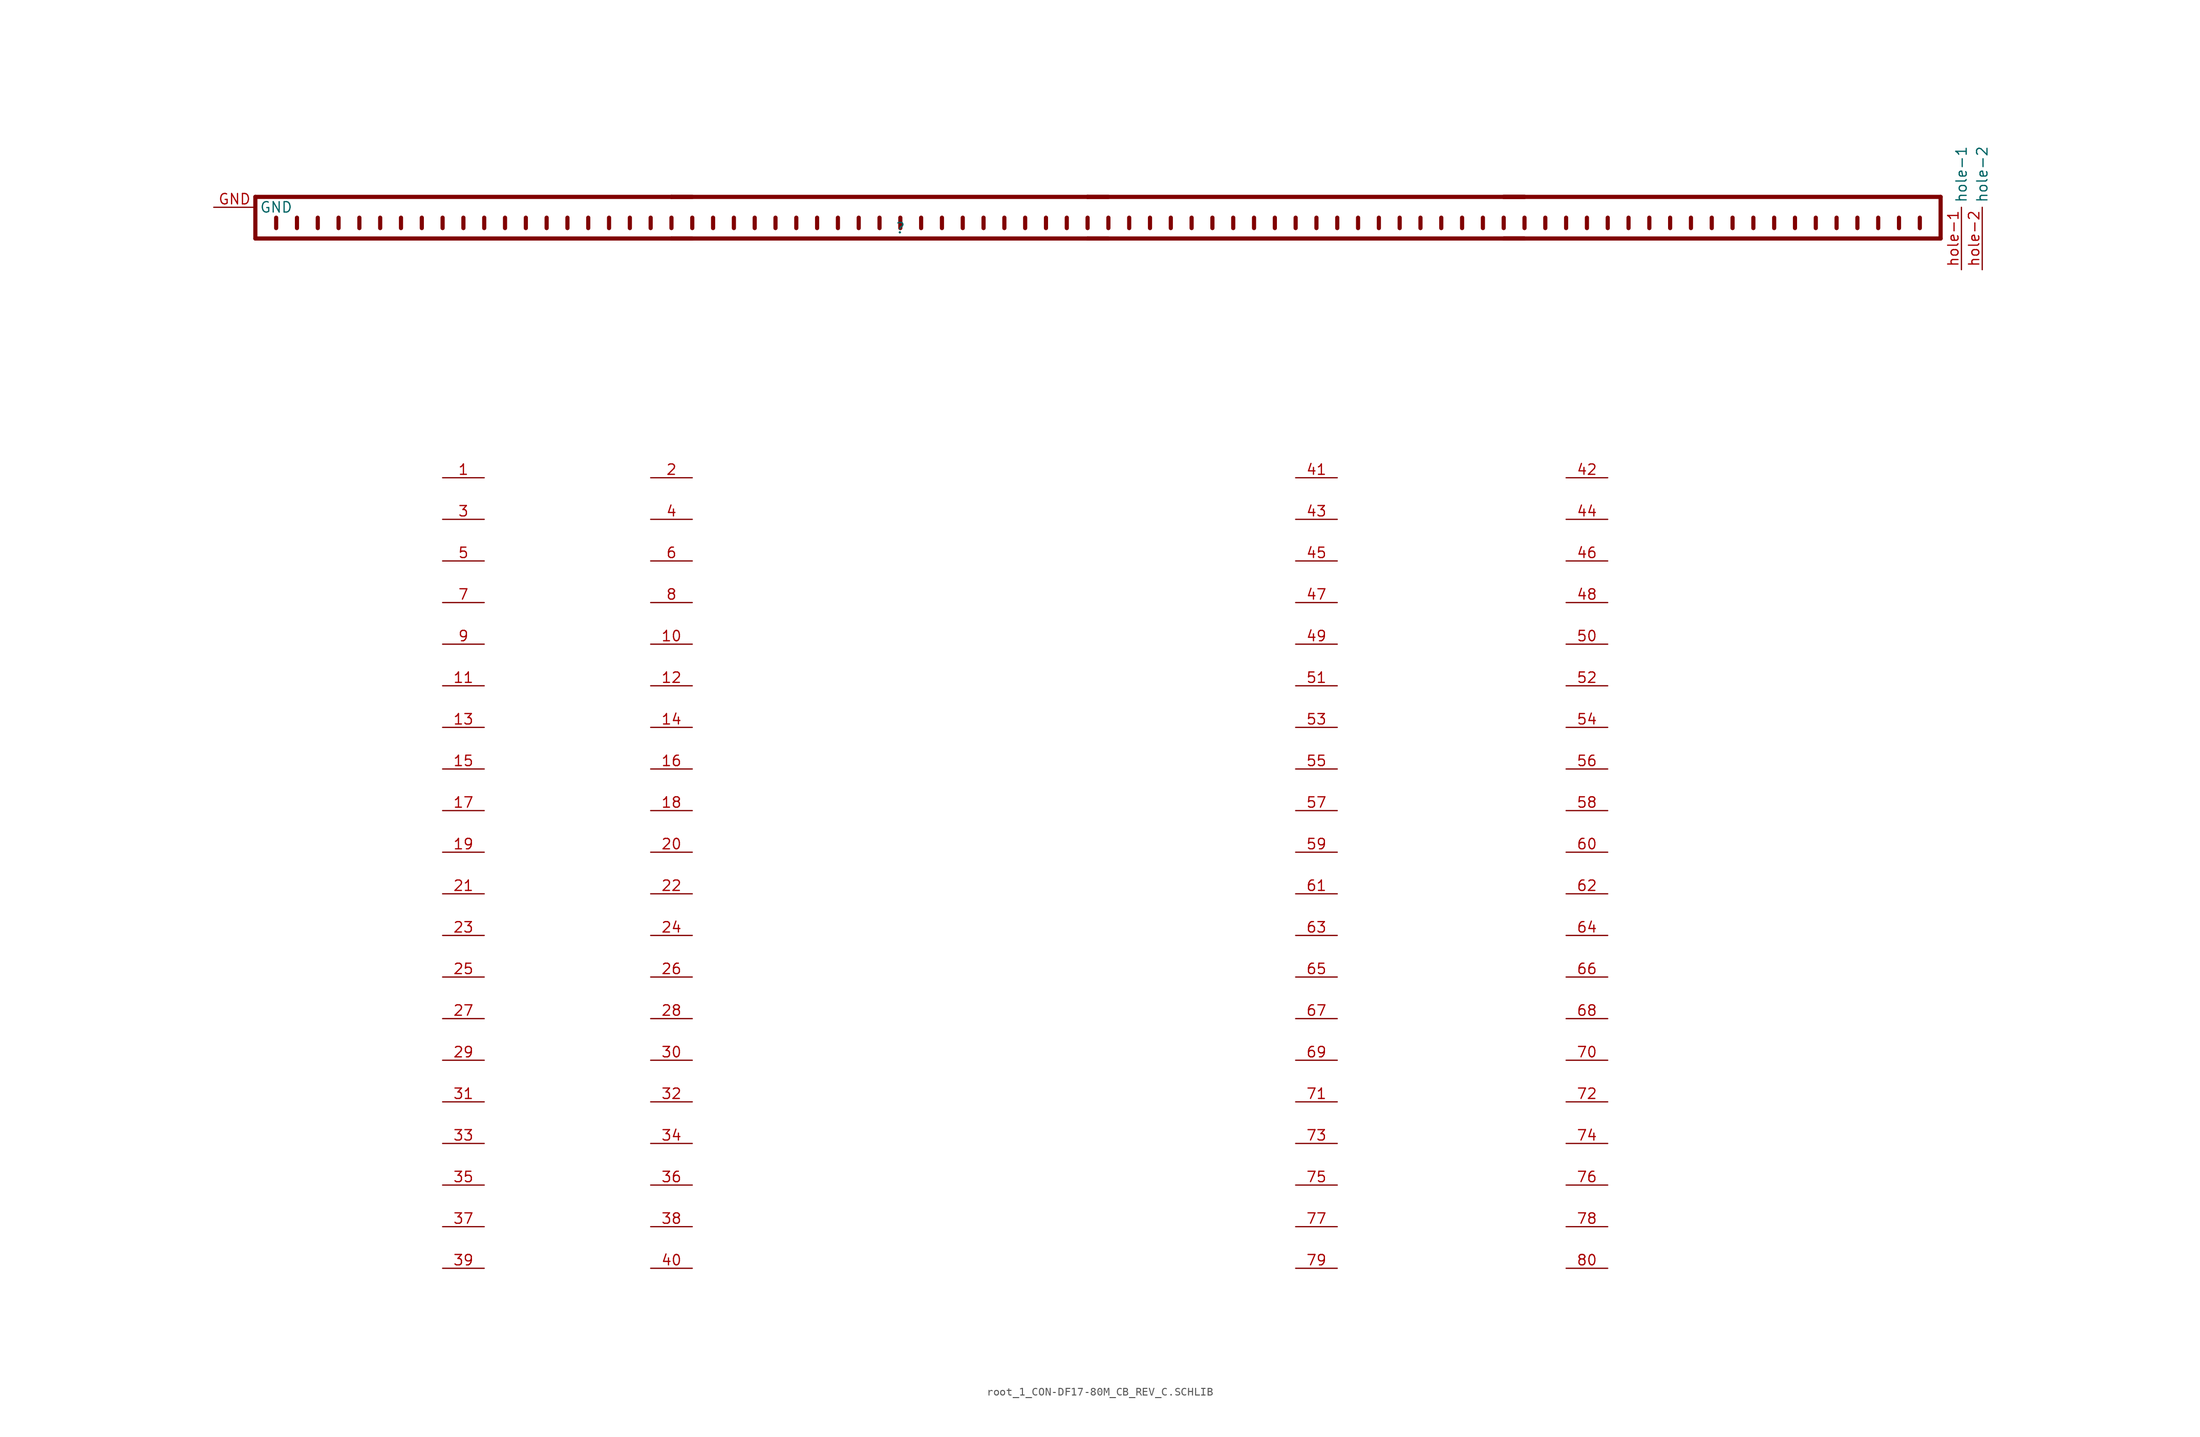
<source format=kicad_sym>
(kicad_symbol_lib
  (version 20241209)
  (generator "kicad_symbol_editor")
  (generator_version "9.0")
  (symbol "root_1_CON-DF17-80M_CB_REV_C.SCHLIB"
    (property "Reference" ""
      (at 0 0 0)
      (effects (font (size 1.27 1.27))))
    (property "Value" ""
      (at 0 0 0)
      (effects (font (size 1.27 1.27))))
    (symbol "root_1_CON-DF17-80M_CB_REV_C.SCHLIB_1_0"
      (polyline (pts (xy -78.74 3.81) (xy -78.74 -1.27)) (stroke (width 0.508) (type solid) (color 128 0 0 1)) (fill (type none)))
      (polyline (pts (xy -78.74 3.81) (xy -27.94 3.81)) (stroke (width 0.508) (type solid) (color 128 0 0 1)) (fill (type none)))
      (polyline (pts (xy -76.2 0) (xy -76.2 1.27)) (stroke (width 0.508) (type solid) (color 128 0 0 1)) (fill (type none)))
      (polyline (pts (xy -73.66 0) (xy -73.66 1.27)) (stroke (width 0.508) (type solid) (color 128 0 0 1)) (fill (type none)))
      (polyline (pts (xy -71.12 0) (xy -71.12 1.27)) (stroke (width 0.508) (type solid) (color 128 0 0 1)) (fill (type none)))
      (polyline (pts (xy -68.58 0) (xy -68.58 1.27)) (stroke (width 0.508) (type solid) (color 128 0 0 1)) (fill (type none)))
      (polyline (pts (xy -66.04 0) (xy -66.04 1.27)) (stroke (width 0.508) (type solid) (color 128 0 0 1)) (fill (type none)))
      (polyline (pts (xy -63.5 0) (xy -63.5 1.27)) (stroke (width 0.508) (type solid) (color 128 0 0 1)) (fill (type none)))
      (polyline (pts (xy -60.96 0) (xy -60.96 1.27)) (stroke (width 0.508) (type solid) (color 128 0 0 1)) (fill (type none)))
      (polyline (pts (xy -58.42 0) (xy -58.42 1.27)) (stroke (width 0.508) (type solid) (color 128 0 0 1)) (fill (type none)))
      (polyline (pts (xy -55.88 0) (xy -55.88 1.27)) (stroke (width 0.508) (type solid) (color 128 0 0 1)) (fill (type none)))
      (polyline (pts (xy -53.34 0) (xy -53.34 1.27)) (stroke (width 0.508) (type solid) (color 128 0 0 1)) (fill (type none)))
      (polyline (pts (xy -50.8 0) (xy -50.8 1.27)) (stroke (width 0.508) (type solid) (color 128 0 0 1)) (fill (type none)))
      (polyline (pts (xy -48.26 0) (xy -48.26 1.27)) (stroke (width 0.508) (type solid) (color 128 0 0 1)) (fill (type none)))
      (polyline (pts (xy -45.72 0) (xy -45.72 1.27)) (stroke (width 0.508) (type solid) (color 128 0 0 1)) (fill (type none)))
      (polyline (pts (xy -43.18 0) (xy -43.18 1.27)) (stroke (width 0.508) (type solid) (color 128 0 0 1)) (fill (type none)))
      (polyline (pts (xy -40.64 0) (xy -40.64 1.27)) (stroke (width 0.508) (type solid) (color 128 0 0 1)) (fill (type none)))
      (polyline (pts (xy -38.1 0) (xy -38.1 1.27)) (stroke (width 0.508) (type solid) (color 128 0 0 1)) (fill (type none)))
      (polyline (pts (xy -35.56 0) (xy -35.56 1.27)) (stroke (width 0.508) (type solid) (color 128 0 0 1)) (fill (type none)))
      (polyline (pts (xy -33.02 0) (xy -33.02 1.27)) (stroke (width 0.508) (type solid) (color 128 0 0 1)) (fill (type none)))
      (polyline (pts (xy -30.48 0) (xy -30.48 1.27)) (stroke (width 0.508) (type solid) (color 128 0 0 1)) (fill (type none)))
      (polyline (pts (xy -27.94 3.81) (xy -25.4 3.81)) (stroke (width 0.508) (type solid) (color 128 0 0 1)) (fill (type none)))
      (polyline (pts (xy -27.94 3.81) (xy 22.86 3.81)) (stroke (width 0.508) (type solid) (color 128 0 0 1)) (fill (type none)))
      (polyline (pts (xy -27.94 0) (xy -27.94 1.27)) (stroke (width 0.508) (type solid) (color 128 0 0 1)) (fill (type none)))
      (polyline (pts (xy -27.94 -1.27) (xy -78.74 -1.27)) (stroke (width 0.508) (type solid) (color 128 0 0 1)) (fill (type none)))
      (polyline (pts (xy -25.4 0) (xy -25.4 1.27)) (stroke (width 0.508) (type solid) (color 128 0 0 1)) (fill (type none)))
      (polyline (pts (xy -25.4 -1.27) (xy -27.94 -1.27)) (stroke (width 0.508) (type solid) (color 128 0 0 1)) (fill (type none)))
      (polyline (pts (xy -22.86 0) (xy -22.86 1.27)) (stroke (width 0.508) (type solid) (color 128 0 0 1)) (fill (type none)))
      (polyline (pts (xy -20.32 0) (xy -20.32 1.27)) (stroke (width 0.508) (type solid) (color 128 0 0 1)) (fill (type none)))
      (polyline (pts (xy -17.78 0) (xy -17.78 1.27)) (stroke (width 0.508) (type solid) (color 128 0 0 1)) (fill (type none)))
      (polyline (pts (xy -15.24 0) (xy -15.24 1.27)) (stroke (width 0.508) (type solid) (color 128 0 0 1)) (fill (type none)))
      (polyline (pts (xy -12.7 0) (xy -12.7 1.27)) (stroke (width 0.508) (type solid) (color 128 0 0 1)) (fill (type none)))
      (polyline (pts (xy -10.16 0) (xy -10.16 1.27)) (stroke (width 0.508) (type solid) (color 128 0 0 1)) (fill (type none)))
      (polyline (pts (xy -7.62 0) (xy -7.62 1.27)) (stroke (width 0.508) (type solid) (color 128 0 0 1)) (fill (type none)))
      (polyline (pts (xy -5.08 0) (xy -5.08 1.27)) (stroke (width 0.508) (type solid) (color 128 0 0 1)) (fill (type none)))
      (polyline (pts (xy -2.54 0) (xy -2.54 1.27)) (stroke (width 0.508) (type solid) (color 128 0 0 1)) (fill (type none)))
      (polyline (pts (xy 0 0) (xy 0 1.27)) (stroke (width 0.508) (type solid) (color 128 0 0 1)) (fill (type none)))
      (polyline (pts (xy 2.54 0) (xy 2.54 1.27)) (stroke (width 0.508) (type solid) (color 128 0 0 1)) (fill (type none)))
      (polyline (pts (xy 5.08 0) (xy 5.08 1.27)) (stroke (width 0.508) (type solid) (color 128 0 0 1)) (fill (type none)))
      (polyline (pts (xy 7.62 0) (xy 7.62 1.27)) (stroke (width 0.508) (type solid) (color 128 0 0 1)) (fill (type none)))
      (polyline (pts (xy 10.16 0) (xy 10.16 1.27)) (stroke (width 0.508) (type solid) (color 128 0 0 1)) (fill (type none)))
      (polyline (pts (xy 12.7 0) (xy 12.7 1.27)) (stroke (width 0.508) (type solid) (color 128 0 0 1)) (fill (type none)))
      (polyline (pts (xy 15.24 0) (xy 15.24 1.27)) (stroke (width 0.508) (type solid) (color 128 0 0 1)) (fill (type none)))
      (polyline (pts (xy 17.78 0) (xy 17.78 1.27)) (stroke (width 0.508) (type solid) (color 128 0 0 1)) (fill (type none)))
      (polyline (pts (xy 20.32 0) (xy 20.32 1.27)) (stroke (width 0.508) (type solid) (color 128 0 0 1)) (fill (type none)))
      (polyline (pts (xy 22.86 3.81) (xy 25.4 3.81)) (stroke (width 0.508) (type solid) (color 128 0 0 1)) (fill (type none)))
      (polyline (pts (xy 22.86 3.81) (xy 76.2 3.81)) (stroke (width 0.508) (type solid) (color 128 0 0 1)) (fill (type none)))
      (polyline (pts (xy 22.86 0) (xy 22.86 1.27)) (stroke (width 0.508) (type solid) (color 128 0 0 1)) (fill (type none)))
      (polyline (pts (xy 22.86 -1.27) (xy -27.94 -1.27)) (stroke (width 0.508) (type solid) (color 128 0 0 1)) (fill (type none)))
      (polyline (pts (xy 25.4 0) (xy 25.4 1.27)) (stroke (width 0.508) (type solid) (color 128 0 0 1)) (fill (type none)))
      (polyline (pts (xy 25.4 -1.27) (xy 22.86 -1.27)) (stroke (width 0.508) (type solid) (color 128 0 0 1)) (fill (type none)))
      (polyline (pts (xy 27.94 0) (xy 27.94 1.27)) (stroke (width 0.508) (type solid) (color 128 0 0 1)) (fill (type none)))
      (polyline (pts (xy 30.48 0) (xy 30.48 1.27)) (stroke (width 0.508) (type solid) (color 128 0 0 1)) (fill (type none)))
      (polyline (pts (xy 33.02 0) (xy 33.02 1.27)) (stroke (width 0.508) (type solid) (color 128 0 0 1)) (fill (type none)))
      (polyline (pts (xy 35.56 0) (xy 35.56 1.27)) (stroke (width 0.508) (type solid) (color 128 0 0 1)) (fill (type none)))
      (polyline (pts (xy 38.1 0) (xy 38.1 1.27)) (stroke (width 0.508) (type solid) (color 128 0 0 1)) (fill (type none)))
      (polyline (pts (xy 40.64 0) (xy 40.64 1.27)) (stroke (width 0.508) (type solid) (color 128 0 0 1)) (fill (type none)))
      (polyline (pts (xy 43.18 0) (xy 43.18 1.27)) (stroke (width 0.508) (type solid) (color 128 0 0 1)) (fill (type none)))
      (polyline (pts (xy 45.72 0) (xy 45.72 1.27)) (stroke (width 0.508) (type solid) (color 128 0 0 1)) (fill (type none)))
      (polyline (pts (xy 48.26 0) (xy 48.26 1.27)) (stroke (width 0.508) (type solid) (color 128 0 0 1)) (fill (type none)))
      (polyline (pts (xy 50.8 0) (xy 50.8 1.27)) (stroke (width 0.508) (type solid) (color 128 0 0 1)) (fill (type none)))
      (polyline (pts (xy 53.34 0) (xy 53.34 1.27)) (stroke (width 0.508) (type solid) (color 128 0 0 1)) (fill (type none)))
      (polyline (pts (xy 55.88 0) (xy 55.88 1.27)) (stroke (width 0.508) (type solid) (color 128 0 0 1)) (fill (type none)))
      (polyline (pts (xy 58.42 0) (xy 58.42 1.27)) (stroke (width 0.508) (type solid) (color 128 0 0 1)) (fill (type none)))
      (polyline (pts (xy 60.96 0) (xy 60.96 1.27)) (stroke (width 0.508) (type solid) (color 128 0 0 1)) (fill (type none)))
      (polyline (pts (xy 63.5 0) (xy 63.5 1.27)) (stroke (width 0.508) (type solid) (color 128 0 0 1)) (fill (type none)))
      (polyline (pts (xy 66.04 0) (xy 66.04 1.27)) (stroke (width 0.508) (type solid) (color 128 0 0 1)) (fill (type none)))
      (polyline (pts (xy 68.58 0) (xy 68.58 1.27)) (stroke (width 0.508) (type solid) (color 128 0 0 1)) (fill (type none)))
      (polyline (pts (xy 71.12 0) (xy 71.12 1.27)) (stroke (width 0.508) (type solid) (color 128 0 0 1)) (fill (type none)))
      (polyline (pts (xy 73.66 3.81) (xy 76.2 3.81)) (stroke (width 0.508) (type solid) (color 128 0 0 1)) (fill (type none)))
      (polyline (pts (xy 73.66 3.81) (xy 127 3.81)) (stroke (width 0.508) (type solid) (color 128 0 0 1)) (fill (type none)))
      (polyline (pts (xy 73.66 0) (xy 73.66 1.27)) (stroke (width 0.508) (type solid) (color 128 0 0 1)) (fill (type none)))
      (polyline (pts (xy 76.2 0) (xy 76.2 1.27)) (stroke (width 0.508) (type solid) (color 128 0 0 1)) (fill (type none)))
      (polyline (pts (xy 76.2 -1.27) (xy 22.86 -1.27)) (stroke (width 0.508) (type solid) (color 128 0 0 1)) (fill (type none)))
      (polyline (pts (xy 76.2 -1.27) (xy 73.66 -1.27)) (stroke (width 0.508) (type solid) (color 128 0 0 1)) (fill (type none)))
      (polyline (pts (xy 78.74 0) (xy 78.74 1.27)) (stroke (width 0.508) (type solid) (color 128 0 0 1)) (fill (type none)))
      (polyline (pts (xy 81.28 0) (xy 81.28 1.27)) (stroke (width 0.508) (type solid) (color 128 0 0 1)) (fill (type none)))
      (polyline (pts (xy 83.82 0) (xy 83.82 1.27)) (stroke (width 0.508) (type solid) (color 128 0 0 1)) (fill (type none)))
      (polyline (pts (xy 86.36 0) (xy 86.36 1.27)) (stroke (width 0.508) (type solid) (color 128 0 0 1)) (fill (type none)))
      (polyline (pts (xy 88.9 0) (xy 88.9 1.27)) (stroke (width 0.508) (type solid) (color 128 0 0 1)) (fill (type none)))
      (polyline (pts (xy 91.44 0) (xy 91.44 1.27)) (stroke (width 0.508) (type solid) (color 128 0 0 1)) (fill (type none)))
      (polyline (pts (xy 93.98 0) (xy 93.98 1.27)) (stroke (width 0.508) (type solid) (color 128 0 0 1)) (fill (type none)))
      (polyline (pts (xy 96.52 0) (xy 96.52 1.27)) (stroke (width 0.508) (type solid) (color 128 0 0 1)) (fill (type none)))
      (polyline (pts (xy 99.06 0) (xy 99.06 1.27)) (stroke (width 0.508) (type solid) (color 128 0 0 1)) (fill (type none)))
      (polyline (pts (xy 101.6 0) (xy 101.6 1.27)) (stroke (width 0.508) (type solid) (color 128 0 0 1)) (fill (type none)))
      (polyline (pts (xy 104.14 0) (xy 104.14 1.27)) (stroke (width 0.508) (type solid) (color 128 0 0 1)) (fill (type none)))
      (polyline (pts (xy 106.68 0) (xy 106.68 1.27)) (stroke (width 0.508) (type solid) (color 128 0 0 1)) (fill (type none)))
      (polyline (pts (xy 109.22 0) (xy 109.22 1.27)) (stroke (width 0.508) (type solid) (color 128 0 0 1)) (fill (type none)))
      (polyline (pts (xy 111.76 0) (xy 111.76 1.27)) (stroke (width 0.508) (type solid) (color 128 0 0 1)) (fill (type none)))
      (polyline (pts (xy 114.3 0) (xy 114.3 1.27)) (stroke (width 0.508) (type solid) (color 128 0 0 1)) (fill (type none)))
      (polyline (pts (xy 116.84 0) (xy 116.84 1.27)) (stroke (width 0.508) (type solid) (color 128 0 0 1)) (fill (type none)))
      (polyline (pts (xy 119.38 0) (xy 119.38 1.27)) (stroke (width 0.508) (type solid) (color 128 0 0 1)) (fill (type none)))
      (polyline (pts (xy 121.92 0) (xy 121.92 1.27)) (stroke (width 0.508) (type solid) (color 128 0 0 1)) (fill (type none)))
      (polyline (pts (xy 124.46 0) (xy 124.46 1.27)) (stroke (width 0.508) (type solid) (color 128 0 0 1)) (fill (type none)))
      (polyline (pts (xy 127 -1.27) (xy 73.66 -1.27)) (stroke (width 0.508) (type solid) (color 128 0 0 1)) (fill (type none)))
      (polyline (pts (xy 127 -1.27) (xy 127 3.81)) (stroke (width 0.508) (type solid) (color 128 0 0 1)) (fill (type none)))
      (pin passive line (at -83.82 2.54 0) (length 5.08) (name "GND" (effects (font (size 1.27 1.27)))) (number "GND" (effects (font (size 1.27 1.27)))))
      (pin passive line (at -55.88 -30.48 0) (length 5.08) (name "1" (effects (font (size 0 0)))) (number "1" (effects (font (size 1.27 1.27)))))
      (pin passive line (at -55.88 -35.56 0) (length 5.08) (name "3" (effects (font (size 0 0)))) (number "3" (effects (font (size 1.27 1.27)))))
      (pin passive line (at -55.88 -40.64 0) (length 5.08) (name "5" (effects (font (size 0 0)))) (number "5" (effects (font (size 1.27 1.27)))))
      (pin passive line (at -55.88 -45.72 0) (length 5.08) (name "7" (effects (font (size 0 0)))) (number "7" (effects (font (size 1.27 1.27)))))
      (pin passive line (at -55.88 -50.8 0) (length 5.08) (name "9" (effects (font (size 0 0)))) (number "9" (effects (font (size 1.27 1.27)))))
      (pin passive line (at -55.88 -55.88 0) (length 5.08) (name "11" (effects (font (size 0 0)))) (number "11" (effects (font (size 1.27 1.27)))))
      (pin passive line (at -55.88 -60.96 0) (length 5.08) (name "13" (effects (font (size 0 0)))) (number "13" (effects (font (size 1.27 1.27)))))
      (pin passive line (at -55.88 -66.04 0) (length 5.08) (name "15" (effects (font (size 0 0)))) (number "15" (effects (font (size 1.27 1.27)))))
      (pin passive line (at -55.88 -71.12 0) (length 5.08) (name "17" (effects (font (size 0 0)))) (number "17" (effects (font (size 1.27 1.27)))))
      (pin passive line (at -55.88 -76.2 0) (length 5.08) (name "19" (effects (font (size 0 0)))) (number "19" (effects (font (size 1.27 1.27)))))
      (pin passive line (at -55.88 -81.28 0) (length 5.08) (name "21" (effects (font (size 0 0)))) (number "21" (effects (font (size 1.27 1.27)))))
      (pin passive line (at -55.88 -86.36 0) (length 5.08) (name "23" (effects (font (size 0 0)))) (number "23" (effects (font (size 1.27 1.27)))))
      (pin passive line (at -55.88 -91.44 0) (length 5.08) (name "25" (effects (font (size 0 0)))) (number "25" (effects (font (size 1.27 1.27)))))
      (pin passive line (at -55.88 -96.52 0) (length 5.08) (name "27" (effects (font (size 0 0)))) (number "27" (effects (font (size 1.27 1.27)))))
      (pin passive line (at -55.88 -101.6 0) (length 5.08) (name "29" (effects (font (size 0 0)))) (number "29" (effects (font (size 1.27 1.27)))))
      (pin passive line (at -55.88 -106.68 0) (length 5.08) (name "31" (effects (font (size 0 0)))) (number "31" (effects (font (size 1.27 1.27)))))
      (pin passive line (at -55.88 -111.76 0) (length 5.08) (name "33" (effects (font (size 0 0)))) (number "33" (effects (font (size 1.27 1.27)))))
      (pin passive line (at -55.88 -116.84 0) (length 5.08) (name "35" (effects (font (size 0 0)))) (number "35" (effects (font (size 1.27 1.27)))))
      (pin passive line (at -55.88 -121.92 0) (length 5.08) (name "37" (effects (font (size 0 0)))) (number "37" (effects (font (size 1.27 1.27)))))
      (pin passive line (at -55.88 -127 0) (length 5.08) (name "39" (effects (font (size 0 0)))) (number "39" (effects (font (size 1.27 1.27)))))
      (pin passive line (at -25.4 -30.48 180) (length 5.08) (name "2" (effects (font (size 0 0)))) (number "2" (effects (font (size 1.27 1.27)))))
      (pin passive line (at -25.4 -35.56 180) (length 5.08) (name "4" (effects (font (size 0 0)))) (number "4" (effects (font (size 1.27 1.27)))))
      (pin passive line (at -25.4 -40.64 180) (length 5.08) (name "6" (effects (font (size 0 0)))) (number "6" (effects (font (size 1.27 1.27)))))
      (pin passive line (at -25.4 -45.72 180) (length 5.08) (name "8" (effects (font (size 0 0)))) (number "8" (effects (font (size 1.27 1.27)))))
      (pin passive line (at -25.4 -50.8 180) (length 5.08) (name "10" (effects (font (size 0 0)))) (number "10" (effects (font (size 1.27 1.27)))))
      (pin passive line (at -25.4 -55.88 180) (length 5.08) (name "12" (effects (font (size 0 0)))) (number "12" (effects (font (size 1.27 1.27)))))
      (pin passive line (at -25.4 -60.96 180) (length 5.08) (name "14" (effects (font (size 0 0)))) (number "14" (effects (font (size 1.27 1.27)))))
      (pin passive line (at -25.4 -66.04 180) (length 5.08) (name "16" (effects (font (size 0 0)))) (number "16" (effects (font (size 1.27 1.27)))))
      (pin passive line (at -25.4 -71.12 180) (length 5.08) (name "18" (effects (font (size 0 0)))) (number "18" (effects (font (size 1.27 1.27)))))
      (pin passive line (at -25.4 -76.2 180) (length 5.08) (name "20" (effects (font (size 0 0)))) (number "20" (effects (font (size 1.27 1.27)))))
      (pin passive line (at -25.4 -81.28 180) (length 5.08) (name "22" (effects (font (size 0 0)))) (number "22" (effects (font (size 1.27 1.27)))))
      (pin passive line (at -25.4 -86.36 180) (length 5.08) (name "24" (effects (font (size 0 0)))) (number "24" (effects (font (size 1.27 1.27)))))
      (pin passive line (at -25.4 -91.44 180) (length 5.08) (name "26" (effects (font (size 0 0)))) (number "26" (effects (font (size 1.27 1.27)))))
      (pin passive line (at -25.4 -96.52 180) (length 5.08) (name "28" (effects (font (size 0 0)))) (number "28" (effects (font (size 1.27 1.27)))))
      (pin passive line (at -25.4 -101.6 180) (length 5.08) (name "30" (effects (font (size 0 0)))) (number "30" (effects (font (size 1.27 1.27)))))
      (pin passive line (at -25.4 -106.68 180) (length 5.08) (name "32" (effects (font (size 0 0)))) (number "32" (effects (font (size 1.27 1.27)))))
      (pin passive line (at -25.4 -111.76 180) (length 5.08) (name "34" (effects (font (size 0 0)))) (number "34" (effects (font (size 1.27 1.27)))))
      (pin passive line (at -25.4 -116.84 180) (length 5.08) (name "36" (effects (font (size 0 0)))) (number "36" (effects (font (size 1.27 1.27)))))
      (pin passive line (at -25.4 -121.92 180) (length 5.08) (name "38" (effects (font (size 0 0)))) (number "38" (effects (font (size 1.27 1.27)))))
      (pin passive line (at -25.4 -127 180) (length 5.08) (name "40" (effects (font (size 0 0)))) (number "40" (effects (font (size 1.27 1.27)))))
      (pin passive line (at 48.26 -30.48 0) (length 5.08) (name "41" (effects (font (size 0 0)))) (number "41" (effects (font (size 1.27 1.27)))))
      (pin passive line (at 48.26 -35.56 0) (length 5.08) (name "43" (effects (font (size 0 0)))) (number "43" (effects (font (size 1.27 1.27)))))
      (pin passive line (at 48.26 -40.64 0) (length 5.08) (name "45" (effects (font (size 0 0)))) (number "45" (effects (font (size 1.27 1.27)))))
      (pin passive line (at 48.26 -45.72 0) (length 5.08) (name "47" (effects (font (size 0 0)))) (number "47" (effects (font (size 1.27 1.27)))))
      (pin passive line (at 48.26 -50.8 0) (length 5.08) (name "49" (effects (font (size 0 0)))) (number "49" (effects (font (size 1.27 1.27)))))
      (pin passive line (at 48.26 -55.88 0) (length 5.08) (name "51" (effects (font (size 0 0)))) (number "51" (effects (font (size 1.27 1.27)))))
      (pin passive line (at 48.26 -60.96 0) (length 5.08) (name "53" (effects (font (size 0 0)))) (number "53" (effects (font (size 1.27 1.27)))))
      (pin passive line (at 48.26 -66.04 0) (length 5.08) (name "55" (effects (font (size 0 0)))) (number "55" (effects (font (size 1.27 1.27)))))
      (pin passive line (at 48.26 -71.12 0) (length 5.08) (name "57" (effects (font (size 0 0)))) (number "57" (effects (font (size 1.27 1.27)))))
      (pin passive line (at 48.26 -76.2 0) (length 5.08) (name "59" (effects (font (size 0 0)))) (number "59" (effects (font (size 1.27 1.27)))))
      (pin passive line (at 48.26 -81.28 0) (length 5.08) (name "61" (effects (font (size 0 0)))) (number "61" (effects (font (size 1.27 1.27)))))
      (pin passive line (at 48.26 -86.36 0) (length 5.08) (name "63" (effects (font (size 0 0)))) (number "63" (effects (font (size 1.27 1.27)))))
      (pin passive line (at 48.26 -91.44 0) (length 5.08) (name "65" (effects (font (size 0 0)))) (number "65" (effects (font (size 1.27 1.27)))))
      (pin passive line (at 48.26 -96.52 0) (length 5.08) (name "67" (effects (font (size 0 0)))) (number "67" (effects (font (size 1.27 1.27)))))
      (pin passive line (at 48.26 -101.6 0) (length 5.08) (name "69" (effects (font (size 0 0)))) (number "69" (effects (font (size 1.27 1.27)))))
      (pin passive line (at 48.26 -106.68 0) (length 5.08) (name "71" (effects (font (size 0 0)))) (number "71" (effects (font (size 1.27 1.27)))))
      (pin passive line (at 48.26 -111.76 0) (length 5.08) (name "73" (effects (font (size 0 0)))) (number "73" (effects (font (size 1.27 1.27)))))
      (pin passive line (at 48.26 -116.84 0) (length 5.08) (name "75" (effects (font (size 0 0)))) (number "75" (effects (font (size 1.27 1.27)))))
      (pin passive line (at 48.26 -121.92 0) (length 5.08) (name "77" (effects (font (size 0 0)))) (number "77" (effects (font (size 1.27 1.27)))))
      (pin passive line (at 48.26 -127 0) (length 5.08) (name "79" (effects (font (size 0 0)))) (number "79" (effects (font (size 1.27 1.27)))))
      (pin passive line (at 86.36 -30.48 180) (length 5.08) (name "42" (effects (font (size 0 0)))) (number "42" (effects (font (size 1.27 1.27)))))
      (pin passive line (at 86.36 -35.56 180) (length 5.08) (name "44" (effects (font (size 0 0)))) (number "44" (effects (font (size 1.27 1.27)))))
      (pin passive line (at 86.36 -40.64 180) (length 5.08) (name "46" (effects (font (size 0 0)))) (number "46" (effects (font (size 1.27 1.27)))))
      (pin passive line (at 86.36 -45.72 180) (length 5.08) (name "48" (effects (font (size 0 0)))) (number "48" (effects (font (size 1.27 1.27)))))
      (pin passive line (at 86.36 -50.8 180) (length 5.08) (name "50" (effects (font (size 0 0)))) (number "50" (effects (font (size 1.27 1.27)))))
      (pin passive line (at 86.36 -55.88 180) (length 5.08) (name "52" (effects (font (size 0 0)))) (number "52" (effects (font (size 1.27 1.27)))))
      (pin passive line (at 86.36 -60.96 180) (length 5.08) (name "54" (effects (font (size 0 0)))) (number "54" (effects (font (size 1.27 1.27)))))
      (pin passive line (at 86.36 -66.04 180) (length 5.08) (name "56" (effects (font (size 0 0)))) (number "56" (effects (font (size 1.27 1.27)))))
      (pin passive line (at 86.36 -71.12 180) (length 5.08) (name "58" (effects (font (size 0 0)))) (number "58" (effects (font (size 1.27 1.27)))))
      (pin passive line (at 86.36 -76.2 180) (length 5.08) (name "60" (effects (font (size 0 0)))) (number "60" (effects (font (size 1.27 1.27)))))
      (pin passive line (at 86.36 -81.28 180) (length 5.08) (name "62" (effects (font (size 0 0)))) (number "62" (effects (font (size 1.27 1.27)))))
      (pin passive line (at 86.36 -86.36 180) (length 5.08) (name "64" (effects (font (size 0 0)))) (number "64" (effects (font (size 1.27 1.27)))))
      (pin passive line (at 86.36 -91.44 180) (length 5.08) (name "66" (effects (font (size 0 0)))) (number "66" (effects (font (size 1.27 1.27)))))
      (pin passive line (at 86.36 -96.52 180) (length 5.08) (name "68" (effects (font (size 0 0)))) (number "68" (effects (font (size 1.27 1.27)))))
      (pin passive line (at 86.36 -101.6 180) (length 5.08) (name "70" (effects (font (size 0 0)))) (number "70" (effects (font (size 1.27 1.27)))))
      (pin passive line (at 86.36 -106.68 180) (length 5.08) (name "72" (effects (font (size 0 0)))) (number "72" (effects (font (size 1.27 1.27)))))
      (pin passive line (at 86.36 -111.76 180) (length 5.08) (name "74" (effects (font (size 0 0)))) (number "74" (effects (font (size 1.27 1.27)))))
      (pin passive line (at 86.36 -116.84 180) (length 5.08) (name "76" (effects (font (size 0 0)))) (number "76" (effects (font (size 1.27 1.27)))))
      (pin passive line (at 86.36 -121.92 180) (length 5.08) (name "78" (effects (font (size 0 0)))) (number "78" (effects (font (size 1.27 1.27)))))
      (pin passive line (at 86.36 -127 180) (length 5.08) (name "80" (effects (font (size 0 0)))) (number "80" (effects (font (size 1.27 1.27)))))
      (pin passive line (at 129.54 -5.08 90) (length 7.62) (name "hole-1" (effects (font (size 1.27 1.27)))) (number "hole-1" (effects (font (size 1.27 1.27)))))
      (pin passive line (at 132.08 -5.08 90) (length 7.62) (name "hole-2" (effects (font (size 1.27 1.27)))) (number "hole-2" (effects (font (size 1.27 1.27))))))))
</source>
